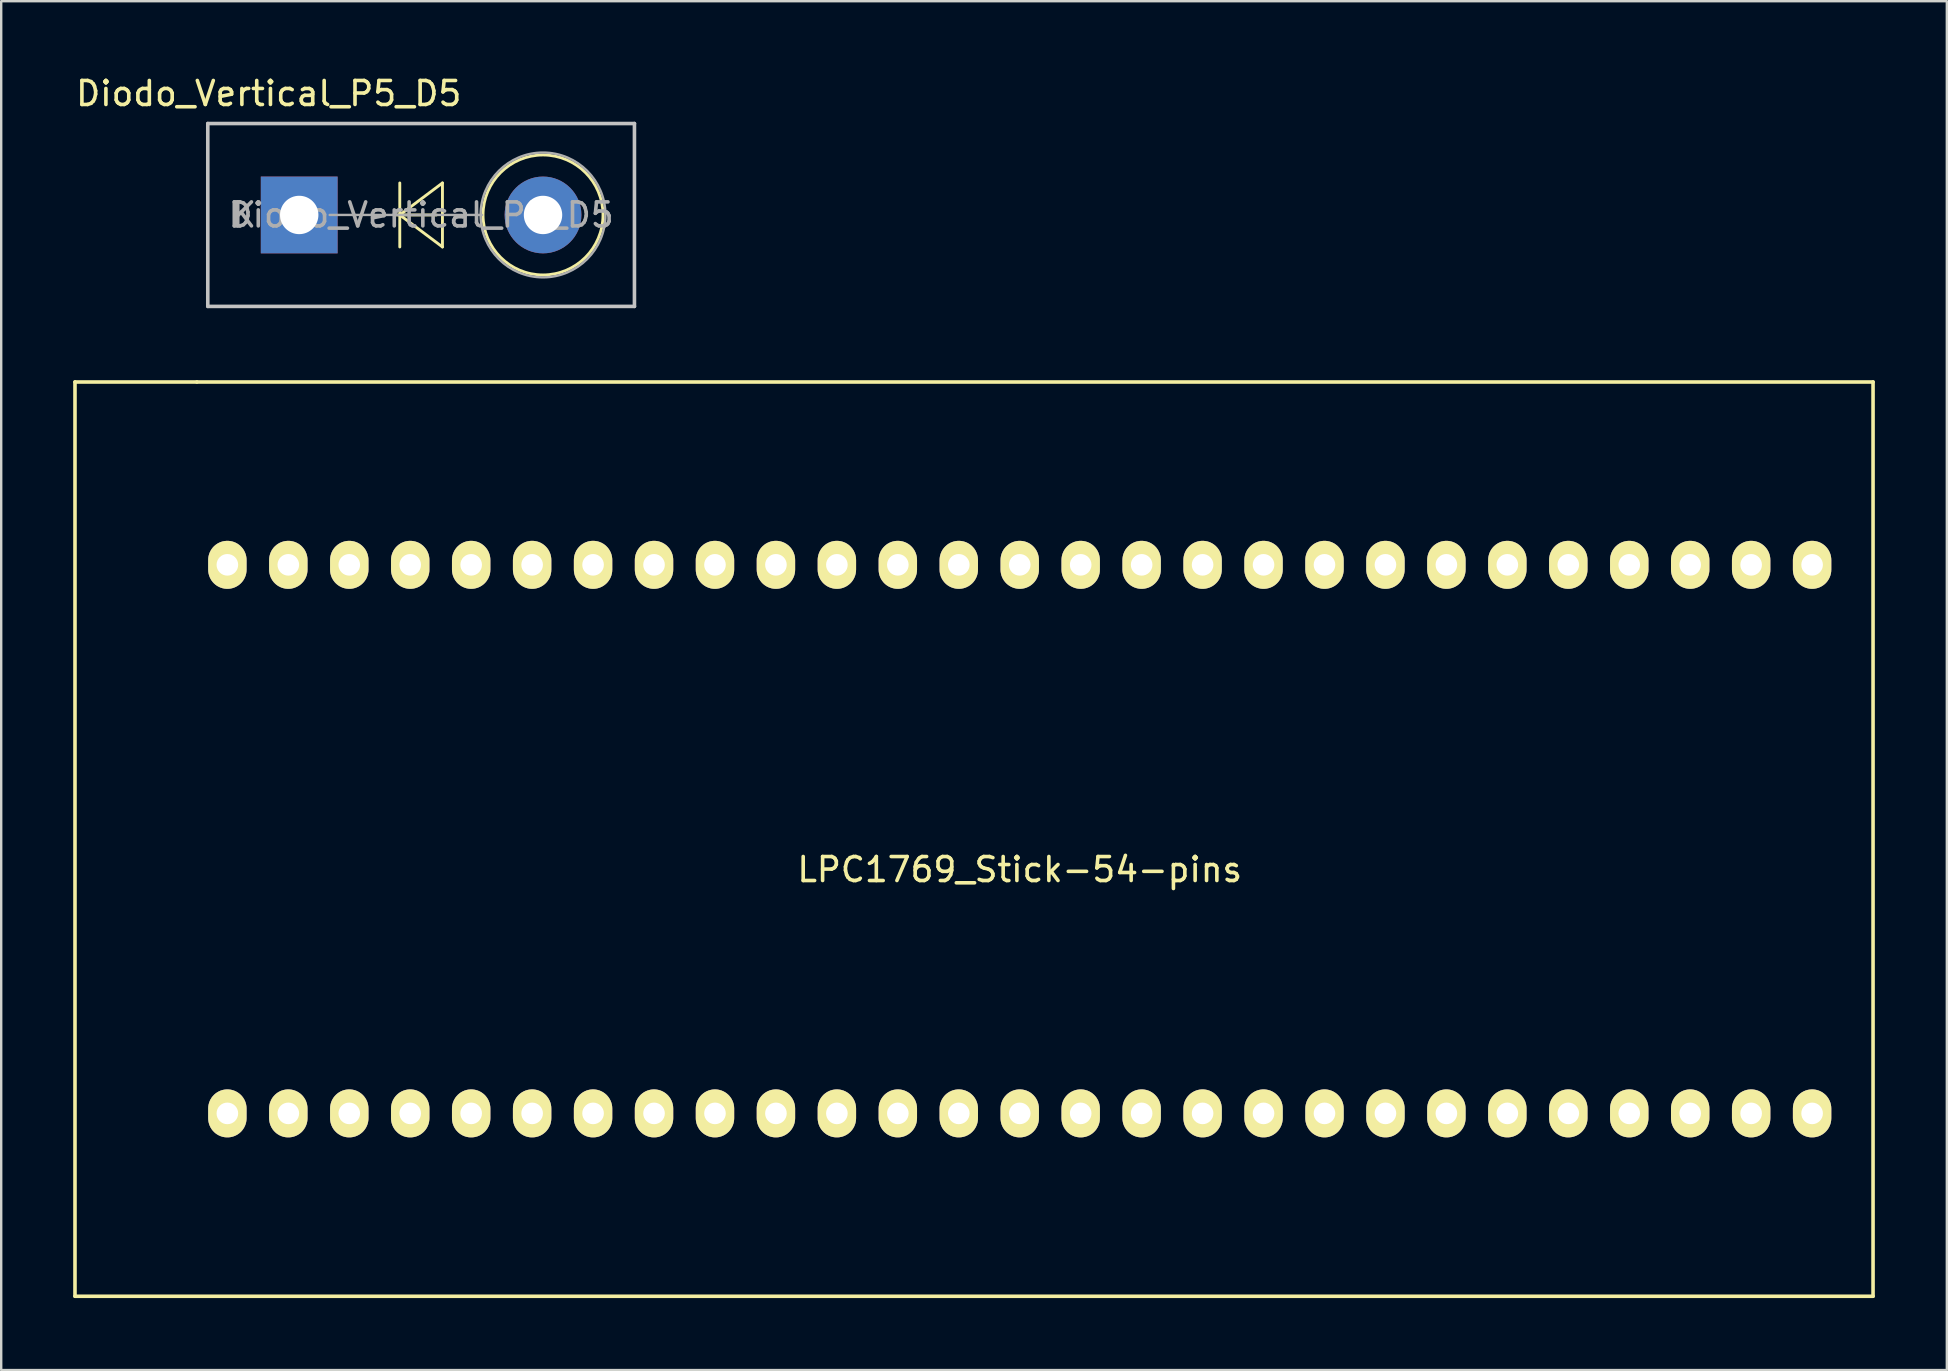
<source format=kicad_pcb>
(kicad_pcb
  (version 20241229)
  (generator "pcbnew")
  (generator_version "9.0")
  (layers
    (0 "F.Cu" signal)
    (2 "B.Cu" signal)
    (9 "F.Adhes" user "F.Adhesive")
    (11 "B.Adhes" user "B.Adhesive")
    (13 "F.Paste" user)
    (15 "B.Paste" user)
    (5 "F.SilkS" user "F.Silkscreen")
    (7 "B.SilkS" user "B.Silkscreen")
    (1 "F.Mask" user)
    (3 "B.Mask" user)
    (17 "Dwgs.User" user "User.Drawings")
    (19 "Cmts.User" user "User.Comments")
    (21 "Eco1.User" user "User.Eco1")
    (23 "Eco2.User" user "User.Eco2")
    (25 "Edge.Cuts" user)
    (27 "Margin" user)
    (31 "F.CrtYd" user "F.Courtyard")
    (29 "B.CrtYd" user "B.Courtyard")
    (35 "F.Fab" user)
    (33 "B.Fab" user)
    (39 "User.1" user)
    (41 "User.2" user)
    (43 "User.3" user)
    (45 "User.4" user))
  (footprint "LPC1769_Stick-54-pins"
    (layer "F.Cu")
    (at 39.445 31.918)
    (property "Reference" "LPC1769_Stick-54-pins" (at 0 1.27 0) (layer "F.SilkS") (effects (font (size 1 1) (thickness 0.15))))
    (attr through_hole)
    (fp_line (start -39.37 -19.05) (end -34.29 -19.05) (stroke (width 0.15) (type solid)) (layer "F.SilkS"))
    (fp_line (start -39.37 19.05) (end -39.37 -19.05) (stroke (width 0.15) (type solid)) (layer "F.SilkS"))
    (fp_line (start -34.29 -19.05) (end 35.56 -19.05) (stroke (width 0.15) (type solid)) (layer "F.SilkS"))
    (fp_line (start 35.56 -19.05) (end 35.56 19.05) (stroke (width 0.15) (type solid)) (layer "F.SilkS"))
    (fp_line (start 35.56 19.05) (end -39.37 19.05) (stroke (width 0.15) (type solid)) (layer "F.SilkS"))
    (pad "1" thru_hole oval (at -33.02 11.43) (size 1.6 2) (drill 0.9) (layers "*.Cu" "*.Mask" "F.SilkS"))
    (pad "2" thru_hole oval (at -30.48 11.43) (size 1.6 2) (drill 0.9) (layers "*.Cu" "*.Mask" "F.SilkS"))
    (pad "3" thru_hole oval (at -27.94 11.43) (size 1.6 2) (drill 0.9) (layers "*.Cu" "*.Mask" "F.SilkS"))
    (pad "4" thru_hole oval (at -25.4 11.43) (size 1.6 2) (drill 0.9) (layers "*.Cu" "*.Mask" "F.SilkS"))
    (pad "5" thru_hole oval (at -22.86 11.43) (size 1.6 2) (drill 0.9) (layers "*.Cu" "*.Mask" "F.SilkS"))
    (pad "6" thru_hole oval (at -20.32 11.43) (size 1.6 2) (drill 0.9) (layers "*.Cu" "*.Mask" "F.SilkS"))
    (pad "7" thru_hole oval (at -17.78 11.43) (size 1.6 2) (drill 0.9) (layers "*.Cu" "*.Mask" "F.SilkS"))
    (pad "8" thru_hole oval (at -15.24 11.43) (size 1.6 2) (drill 0.9) (layers "*.Cu" "*.Mask" "F.SilkS"))
    (pad "9" thru_hole oval (at -12.7 11.43) (size 1.6 2) (drill 0.9) (layers "*.Cu" "*.Mask" "F.SilkS"))
    (pad "10" thru_hole oval (at -10.16 11.43) (size 1.6 2) (drill 0.9) (layers "*.Cu" "*.Mask" "F.SilkS"))
    (pad "11" thru_hole oval (at -7.62 11.43) (size 1.6 2) (drill 0.9) (layers "*.Cu" "*.Mask" "F.SilkS"))
    (pad "12" thru_hole oval (at -5.08 11.43) (size 1.6 2) (drill 0.9) (layers "*.Cu" "*.Mask" "F.SilkS"))
    (pad "13" thru_hole oval (at -2.54 11.43) (size 1.6 2) (drill 0.9) (layers "*.Cu" "*.Mask" "F.SilkS"))
    (pad "14" thru_hole oval (at 0 11.43) (size 1.6 2) (drill 0.9) (layers "*.Cu" "*.Mask" "F.SilkS"))
    (pad "15" thru_hole oval (at 2.54 11.43) (size 1.6 2) (drill 0.9) (layers "*.Cu" "*.Mask" "F.SilkS"))
    (pad "16" thru_hole oval (at 5.08 11.43) (size 1.6 2) (drill 0.9) (layers "*.Cu" "*.Mask" "F.SilkS"))
    (pad "17" thru_hole oval (at 7.62 11.43) (size 1.6 2) (drill 0.9) (layers "*.Cu" "*.Mask" "F.SilkS"))
    (pad "18" thru_hole oval (at 10.16 11.43) (size 1.6 2) (drill 0.9) (layers "*.Cu" "*.Mask" "F.SilkS"))
    (pad "19" thru_hole oval (at 12.7 11.43) (size 1.6 2) (drill 0.9) (layers "*.Cu" "*.Mask" "F.SilkS"))
    (pad "20" thru_hole oval (at 15.24 11.43) (size 1.6 2) (drill 0.9) (layers "*.Cu" "*.Mask" "F.SilkS"))
    (pad "21" thru_hole oval (at 17.78 11.43) (size 1.6 2) (drill 0.9) (layers "*.Cu" "*.Mask" "F.SilkS"))
    (pad "22" thru_hole oval (at 20.32 11.43) (size 1.6 2) (drill 0.9) (layers "*.Cu" "*.Mask" "F.SilkS"))
    (pad "23" thru_hole oval (at 22.86 11.43) (size 1.6 2) (drill 0.9) (layers "*.Cu" "*.Mask" "F.SilkS"))
    (pad "24" thru_hole oval (at 25.4 11.43) (size 1.6 2) (drill 0.9) (layers "*.Cu" "*.Mask" "F.SilkS"))
    (pad "25" thru_hole oval (at 27.94 11.43) (size 1.6 2) (drill 0.9) (layers "*.Cu" "*.Mask" "F.SilkS"))
    (pad "26" thru_hole oval (at 30.48 11.43) (size 1.6 2) (drill 0.9) (layers "*.Cu" "*.Mask" "F.SilkS"))
    (pad "27" thru_hole oval (at 33.02 11.43) (size 1.6 2) (drill 0.9) (layers "*.Cu" "*.Mask" "F.SilkS"))
    (pad "28" thru_hole oval (at -33.02 -11.43) (size 1.6 2) (drill 0.9) (layers "*.Cu" "*.Mask" "F.SilkS"))
    (pad "29" thru_hole oval (at -30.48 -11.43) (size 1.6 2) (drill 0.9) (layers "*.Cu" "*.Mask" "F.SilkS"))
    (pad "30" thru_hole oval (at -27.94 -11.43) (size 1.6 2) (drill 0.9) (layers "*.Cu" "*.Mask" "F.SilkS"))
    (pad "31" thru_hole oval (at -25.4 -11.43) (size 1.6 2) (drill 0.9) (layers "*.Cu" "*.Mask" "F.SilkS"))
    (pad "32" thru_hole oval (at -22.86 -11.43) (size 1.6 2) (drill 0.9) (layers "*.Cu" "*.Mask" "F.SilkS"))
    (pad "33" thru_hole oval (at -20.32 -11.43) (size 1.6 2) (drill 0.9) (layers "*.Cu" "*.Mask" "F.SilkS"))
    (pad "34" thru_hole oval (at -17.78 -11.43) (size 1.6 2) (drill 0.9) (layers "*.Cu" "*.Mask" "F.SilkS"))
    (pad "35" thru_hole oval (at -15.24 -11.43) (size 1.6 2) (drill 0.9) (layers "*.Cu" "*.Mask" "F.SilkS"))
    (pad "36" thru_hole oval (at -12.7 -11.43) (size 1.6 2) (drill 0.9) (layers "*.Cu" "*.Mask" "F.SilkS"))
    (pad "37" thru_hole oval (at -10.16 -11.43) (size 1.6 2) (drill 0.9) (layers "*.Cu" "*.Mask" "F.SilkS"))
    (pad "38" thru_hole oval (at -7.62 -11.43) (size 1.6 2) (drill 0.9) (layers "*.Cu" "*.Mask" "F.SilkS"))
    (pad "39" thru_hole oval (at -5.08 -11.43) (size 1.6 2) (drill 0.9) (layers "*.Cu" "*.Mask" "F.SilkS"))
    (pad "40" thru_hole oval (at -2.54 -11.43) (size 1.6 2) (drill 0.9) (layers "*.Cu" "*.Mask" "F.SilkS"))
    (pad "41" thru_hole oval (at 0 -11.43) (size 1.6 2) (drill 0.9) (layers "*.Cu" "*.Mask" "F.SilkS"))
    (pad "42" thru_hole oval (at 2.54 -11.43) (size 1.6 2) (drill 0.9) (layers "*.Cu" "*.Mask" "F.SilkS"))
    (pad "43" thru_hole oval (at 5.08 -11.43) (size 1.6 2) (drill 0.9) (layers "*.Cu" "*.Mask" "F.SilkS"))
    (pad "44" thru_hole oval (at 7.62 -11.43) (size 1.6 2) (drill 0.9) (layers "*.Cu" "*.Mask" "F.SilkS"))
    (pad "45" thru_hole oval (at 10.16 -11.43) (size 1.6 2) (drill 0.9) (layers "*.Cu" "*.Mask" "F.SilkS"))
    (pad "46" thru_hole oval (at 12.7 -11.43) (size 1.6 2) (drill 0.9) (layers "*.Cu" "*.Mask" "F.SilkS"))
    (pad "47" thru_hole oval (at 15.24 -11.43) (size 1.6 2) (drill 0.9) (layers "*.Cu" "*.Mask" "F.SilkS"))
    (pad "48" thru_hole oval (at 17.78 -11.43) (size 1.6 2) (drill 0.9) (layers "*.Cu" "*.Mask" "F.SilkS"))
    (pad "49" thru_hole oval (at 20.32 -11.43) (size 1.6 2) (drill 0.9) (layers "*.Cu" "*.Mask" "F.SilkS"))
    (pad "50" thru_hole oval (at 22.86 -11.43) (size 1.6 2) (drill 0.9) (layers "*.Cu" "*.Mask" "F.SilkS"))
    (pad "51" thru_hole oval (at 25.4 -11.43) (size 1.6 2) (drill 0.9) (layers "*.Cu" "*.Mask" "F.SilkS"))
    (pad "52" thru_hole oval (at 27.94 -11.43) (size 1.6 2) (drill 0.9) (layers "*.Cu" "*.Mask" "F.SilkS"))
    (pad "53" thru_hole oval (at 30.48 -11.43) (size 1.6 2) (drill 0.9) (layers "*.Cu" "*.Mask" "F.SilkS"))
    (pad "54" thru_hole oval (at 33.02 -11.43) (size 1.6 2) (drill 0.9) (layers "*.Cu" "*.Mask" "F.SilkS")))
  (footprint "Diodo_Vertical_P5_D5"
    (layer "F.Cu")
    (at 9.419 5.908)
    (property "Reference" "Diodo_Vertical_P5_D5" (at -1.27 -5.06 0) (layer "F.SilkS") (effects (font (size 1 1) (thickness 0.15))))
    (attr through_hole)
    (fp_line (start 4.06 0) (end 5.72 0) (stroke (width 0.12) (type solid)) (layer "F.SilkS"))
    (fp_line (start 4.191 -1.333) (end 4.191 1.333) (stroke (width 0.12) (type solid)) (layer "F.SilkS"))
    (fp_line (start 4.191 0) (end 5.969 -1.333) (stroke (width 0.12) (type solid)) (layer "F.SilkS"))
    (fp_line (start 5.969 -1.333) (end 5.969 1.333) (stroke (width 0.12) (type solid)) (layer "F.SilkS"))
    (fp_line (start 5.969 1.333) (end 4.191 0) (stroke (width 0.12) (type solid)) (layer "F.SilkS"))
    (fp_circle (center 10.16 0) (end 12.66 0) (stroke (width 0.12) (type solid)) (fill no) (layer "F.SilkS"))
    (fp_line (start -3.81 -3.81) (end -3.81 3.81) (stroke (width 0.15) (type solid)) (layer "Dwgs.User"))
    (fp_line (start -3.81 -3.81) (end 13.97 -3.81) (stroke (width 0.15) (type solid)) (layer "Dwgs.User"))
    (fp_line (start 13.97 -3.81) (end 13.97 3.81) (stroke (width 0.15) (type solid)) (layer "Dwgs.User"))
    (fp_line (start 13.97 3.81) (end -3.81 3.81) (stroke (width 0.15) (type solid)) (layer "Dwgs.User"))
    (fp_line (start 1.27 0) (end 7.62 0) (stroke (width 0.1) (type solid)) (layer "F.Fab"))
    (fp_circle (center 10.16 0) (end 12.76 0) (stroke (width 0.1) (type solid)) (fill no) (layer "F.Fab"))
    (fp_text user "${REFERENCE}" (at 5.08 0 0) (layer "F.Fab") (effects (font (size 1 1) (thickness 0.15))))
    (fp_text user "K" (at -2.3 0 0) (layer "F.Fab") (effects (font (size 1 1) (thickness 0.15))))
    (pad "1" thru_hole rect (at 0 0) (size 3.2 3.2) (drill 1.6) (layers "*.Cu" "*.Mask"))
    (pad "2" thru_hole oval (at 10.16 0) (size 3.2 3.2) (drill 1.6) (layers "*.Cu" "*.Mask")))
  (gr_rect
    (start -3 -3)
    (end 78.08 54.043)
    (stroke (width 0.1) (type default))
    (fill no)
    (layer "Edge.Cuts")))
</source>
